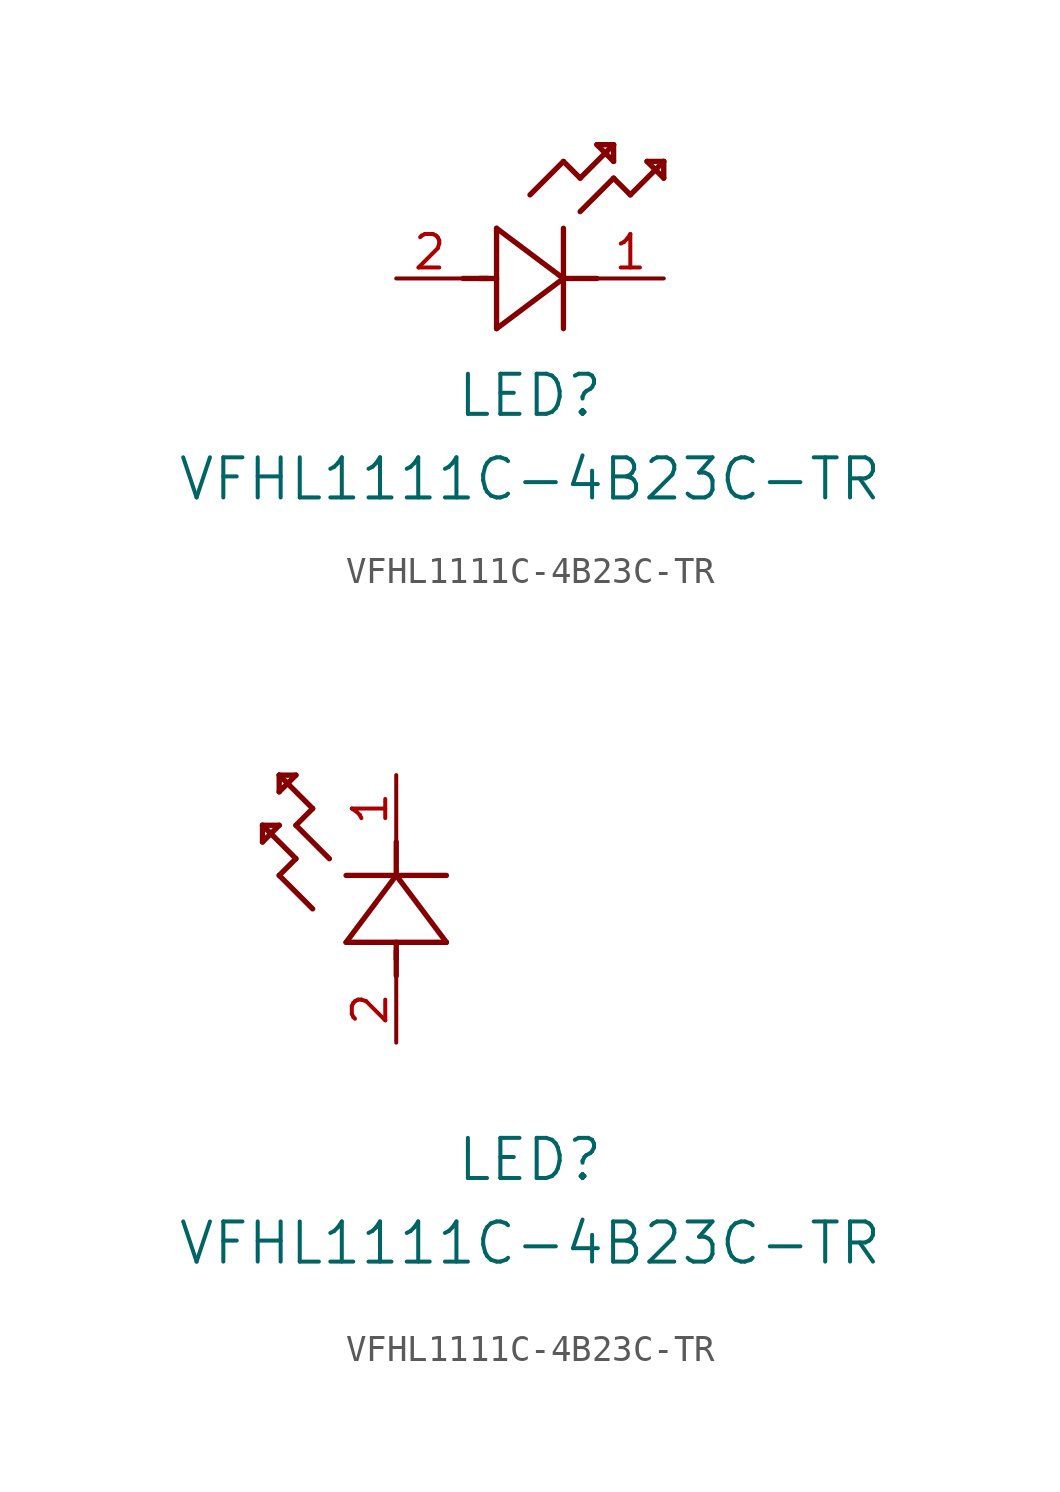
<source format=kicad_sym>
(kicad_symbol_lib
  (version 20211014)
  (generator kicad_symbol_editor)
  (symbol "VFHL1111C-4B23C-TR"
    (pin_names
      (offset 0.254))
    (property "Reference" "LED"
      (at 5.08 -4.445 0)
      (effects (font (size 1.524 1.524))))
    (property "Value" "VFHL1111C-4B23C-TR"
      (at 5.08 -7.62 0)
      (effects (font (size 1.524 1.524))))
    (symbol "VFHL1111C-4B23C-TR_1_1"
      (polyline (pts (xy 2.54 0) (xy 3.48 0)) (stroke (width 0.203) (type default) (color 0 0 0 0)) (fill (type none)))
      (polyline (pts (xy 3.81 1.905) (xy 3.81 -1.905)) (stroke (width 0.203) (type default) (color 0 0 0 0)) (fill (type none)))
      (polyline (pts (xy 3.175 0) (xy 3.81 0)) (stroke (width 0.203) (type default) (color 0 0 0 0)) (fill (type none)))
      (polyline (pts (xy 6.35 -1.905) (xy 6.35 1.905)) (stroke (width 0.203) (type default) (color 0 0 0 0)) (fill (type none)))
      (polyline (pts (xy 6.35 0) (xy 7.62 0)) (stroke (width 0.203) (type default) (color 0 0 0 0)) (fill (type none)))
      (polyline (pts (xy 6.35 4.445) (xy 6.985 3.81)) (stroke (width 0.203) (type default) (color 0 0 0 0)) (fill (type none)))
      (polyline (pts (xy 6.985 3.81) (xy 8.255 5.08)) (stroke (width 0.203) (type default) (color 0 0 0 0)) (fill (type none)))
      (polyline (pts (xy 8.255 3.81) (xy 8.89 3.175)) (stroke (width 0.203) (type default) (color 0 0 0 0)) (fill (type none)))
      (polyline (pts (xy 8.89 3.175) (xy 10.16 4.445)) (stroke (width 0.203) (type default) (color 0 0 0 0)) (fill (type none)))
      (polyline (pts (xy 8.255 5.08) (xy 7.62 5.08)) (stroke (width 0.203) (type default) (color 0 0 0 0)) (fill (type none)))
      (polyline (pts (xy 7.62 5.08) (xy 8.255 4.445)) (stroke (width 0.203) (type default) (color 0 0 0 0)) (fill (type none)))
      (polyline (pts (xy 8.255 4.445) (xy 8.255 5.08)) (stroke (width 0.203) (type default) (color 0 0 0 0)) (fill (type none)))
      (polyline (pts (xy 10.16 4.445) (xy 9.525 4.445)) (stroke (width 0.203) (type default) (color 0 0 0 0)) (fill (type none)))
      (polyline (pts (xy 9.525 4.445) (xy 10.16 3.81)) (stroke (width 0.203) (type default) (color 0 0 0 0)) (fill (type none)))
      (polyline (pts (xy 10.16 3.81) (xy 10.16 4.445)) (stroke (width 0.203) (type default) (color 0 0 0 0)) (fill (type none)))
      (polyline (pts (xy 6.985 2.54) (xy 8.255 3.81)) (stroke (width 0.203) (type default) (color 0 0 0 0)) (fill (type none)))
      (polyline (pts (xy 6.35 0) (xy 3.81 1.905)) (stroke (width 0.203) (type default) (color 0 0 0 0)) (fill (type none)))
      (polyline (pts (xy 3.81 -1.905) (xy 6.35 0)) (stroke (width 0.203) (type default) (color 0 0 0 0)) (fill (type none)))
      (polyline (pts (xy 5.08 3.175) (xy 6.35 4.445)) (stroke (width 0.203) (type default) (color 0 0 0 0)) (fill (type none)))
      (pin unspecified line (at 10.16 0 180) (length 2.54) (name "" (effects (font (size 1.27 1.27)))) (number "1" (effects (font (size 1.27 1.27)))))
      (pin unspecified line (at 0 0 0) (length 2.54) (name "" (effects (font (size 1.27 1.27)))) (number "2" (effects (font (size 1.27 1.27))))))
    (symbol "VFHL1111C-4B23C-TR_1_2"
      (polyline (pts (xy 0 2.54) (xy 0 3.48)) (stroke (width 0.203) (type default) (color 0 0 0 0)) (fill (type none)))
      (polyline (pts (xy -1.905 3.81) (xy 1.905 3.81)) (stroke (width 0.203) (type default) (color 0 0 0 0)) (fill (type none)))
      (polyline (pts (xy 0 3.175) (xy 0 3.81)) (stroke (width 0.203) (type default) (color 0 0 0 0)) (fill (type none)))
      (polyline (pts (xy 1.905 6.35) (xy -1.905 6.35)) (stroke (width 0.203) (type default) (color 0 0 0 0)) (fill (type none)))
      (polyline (pts (xy 0 6.35) (xy 0 7.62)) (stroke (width 0.203) (type default) (color 0 0 0 0)) (fill (type none)))
      (polyline (pts (xy 0 6.35) (xy -1.905 3.81)) (stroke (width 0.203) (type default) (color 0 0 0 0)) (fill (type none)))
      (polyline (pts (xy 1.905 3.81) (xy 0 6.35)) (stroke (width 0.203) (type default) (color 0 0 0 0)) (fill (type none)))
      (polyline (pts (xy -4.445 6.35) (xy -3.81 6.985)) (stroke (width 0.203) (type default) (color 0 0 0 0)) (fill (type none)))
      (polyline (pts (xy -2.54 6.985) (xy -3.81 8.255)) (stroke (width 0.203) (type default) (color 0 0 0 0)) (fill (type none)))
      (polyline (pts (xy -3.175 5.08) (xy -4.445 6.35)) (stroke (width 0.203) (type default) (color 0 0 0 0)) (fill (type none)))
      (polyline (pts (xy -4.445 10.16) (xy -4.445 9.525)) (stroke (width 0.203) (type default) (color 0 0 0 0)) (fill (type none)))
      (polyline (pts (xy -4.445 9.525) (xy -3.81 10.16)) (stroke (width 0.203) (type default) (color 0 0 0 0)) (fill (type none)))
      (polyline (pts (xy -3.81 10.16) (xy -4.445 10.16)) (stroke (width 0.203) (type default) (color 0 0 0 0)) (fill (type none)))
      (polyline (pts (xy -3.81 8.255) (xy -3.175 8.89)) (stroke (width 0.203) (type default) (color 0 0 0 0)) (fill (type none)))
      (polyline (pts (xy -3.175 8.89) (xy -4.445 10.16)) (stroke (width 0.203) (type default) (color 0 0 0 0)) (fill (type none)))
      (polyline (pts (xy -3.81 6.985) (xy -5.08 8.255)) (stroke (width 0.203) (type default) (color 0 0 0 0)) (fill (type none)))
      (polyline (pts (xy -5.08 8.255) (xy -5.08 7.62)) (stroke (width 0.203) (type default) (color 0 0 0 0)) (fill (type none)))
      (polyline (pts (xy -5.08 7.62) (xy -4.445 8.255)) (stroke (width 0.203) (type default) (color 0 0 0 0)) (fill (type none)))
      (polyline (pts (xy -4.445 8.255) (xy -5.08 8.255)) (stroke (width 0.203) (type default) (color 0 0 0 0)) (fill (type none)))
      (pin unspecified line (at 0 10.16 270) (length 2.54) (name "" (effects (font (size 1.27 1.27)))) (number "1" (effects (font (size 1.27 1.27)))))
      (pin unspecified line (at 0 0 90) (length 2.54) (name "" (effects (font (size 1.27 1.27)))) (number "2" (effects (font (size 1.27 1.27))))))))
</source>
